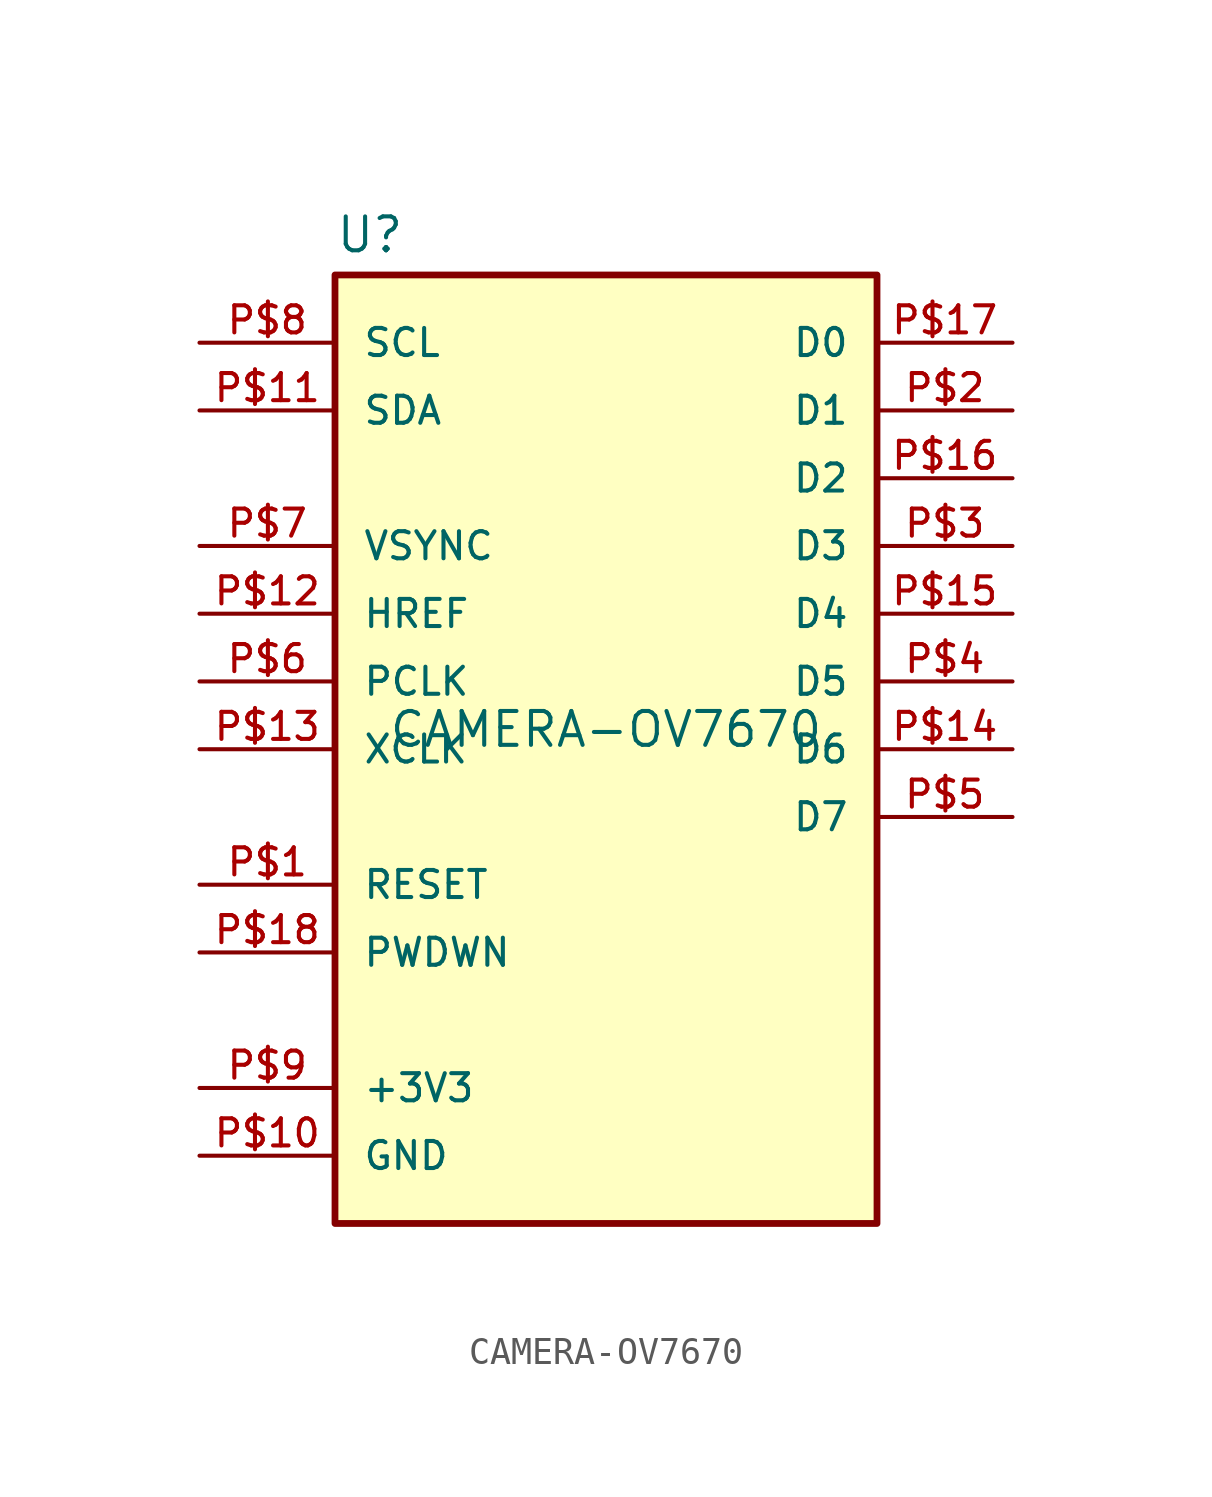
<source format=kicad_sym>
(kicad_symbol_lib
  (version 20211014)
  (generator kicad_symbol_editor)
  (symbol "CAMERA-OV7670"
    (pin_names
      (offset 1.016))
    (property "Reference" "U"
      (at -10.16 18.542 0)
      (effects (font (size 1.27 1.27)) (justify bottom left)))
    (property "Value" "CAMERA-OV7670"
      (at 0 0.0 0)
      (effects (font (size 1.27 1.27)) (justify bottom)))
    (symbol "CAMERA-OV7670_0_0"
      (rectangle (start -10.16 -17.78) (end 10.16 17.78) (stroke (width 0.254)) (fill (type background)))
      (pin bidirectional line (at 15.24 15.24 180.0) (length 5.08) (name "D0" (effects (font (size 1.016 1.016)))) (number "P$17" (effects (font (size 1.016 1.016)))))
      (pin bidirectional line (at 15.24 12.7 180.0) (length 5.08) (name "D1" (effects (font (size 1.016 1.016)))) (number "P$2" (effects (font (size 1.016 1.016)))))
      (pin bidirectional line (at 15.24 10.16 180.0) (length 5.08) (name "D2" (effects (font (size 1.016 1.016)))) (number "P$16" (effects (font (size 1.016 1.016)))))
      (pin bidirectional line (at 15.24 7.62 180.0) (length 5.08) (name "D3" (effects (font (size 1.016 1.016)))) (number "P$3" (effects (font (size 1.016 1.016)))))
      (pin bidirectional line (at 15.24 5.08 180.0) (length 5.08) (name "D4" (effects (font (size 1.016 1.016)))) (number "P$15" (effects (font (size 1.016 1.016)))))
      (pin bidirectional line (at 15.24 2.54 180.0) (length 5.08) (name "D5" (effects (font (size 1.016 1.016)))) (number "P$4" (effects (font (size 1.016 1.016)))))
      (pin bidirectional line (at 15.24 0.0 180.0) (length 5.08) (name "D6" (effects (font (size 1.016 1.016)))) (number "P$14" (effects (font (size 1.016 1.016)))))
      (pin bidirectional line (at 15.24 -2.54 180.0) (length 5.08) (name "D7" (effects (font (size 1.016 1.016)))) (number "P$5" (effects (font (size 1.016 1.016)))))
      (pin bidirectional line (at -15.24 15.24 0) (length 5.08) (name "SCL" (effects (font (size 1.016 1.016)))) (number "P$8" (effects (font (size 1.016 1.016)))))
      (pin bidirectional line (at -15.24 12.7 0) (length 5.08) (name "SDA" (effects (font (size 1.016 1.016)))) (number "P$11" (effects (font (size 1.016 1.016)))))
      (pin bidirectional line (at -15.24 7.62 0) (length 5.08) (name "VSYNC" (effects (font (size 1.016 1.016)))) (number "P$7" (effects (font (size 1.016 1.016)))))
      (pin bidirectional line (at -15.24 5.08 0) (length 5.08) (name "HREF" (effects (font (size 1.016 1.016)))) (number "P$12" (effects (font (size 1.016 1.016)))))
      (pin bidirectional line (at -15.24 2.54 0) (length 5.08) (name "PCLK" (effects (font (size 1.016 1.016)))) (number "P$6" (effects (font (size 1.016 1.016)))))
      (pin bidirectional line (at -15.24 0.0 0) (length 5.08) (name "XCLK" (effects (font (size 1.016 1.016)))) (number "P$13" (effects (font (size 1.016 1.016)))))
      (pin bidirectional line (at -15.24 -5.08 0) (length 5.08) (name "RESET" (effects (font (size 1.016 1.016)))) (number "P$1" (effects (font (size 1.016 1.016)))))
      (pin bidirectional line (at -15.24 -7.62 0) (length 5.08) (name "PWDWN" (effects (font (size 1.016 1.016)))) (number "P$18" (effects (font (size 1.016 1.016)))))
      (pin bidirectional line (at -15.24 -12.7 0) (length 5.08) (name "+3V3" (effects (font (size 1.016 1.016)))) (number "P$9" (effects (font (size 1.016 1.016)))))
      (pin bidirectional line (at -15.24 -15.24 0) (length 5.08) (name "GND" (effects (font (size 1.016 1.016)))) (number "P$10" (effects (font (size 1.016 1.016))))))))
</source>
